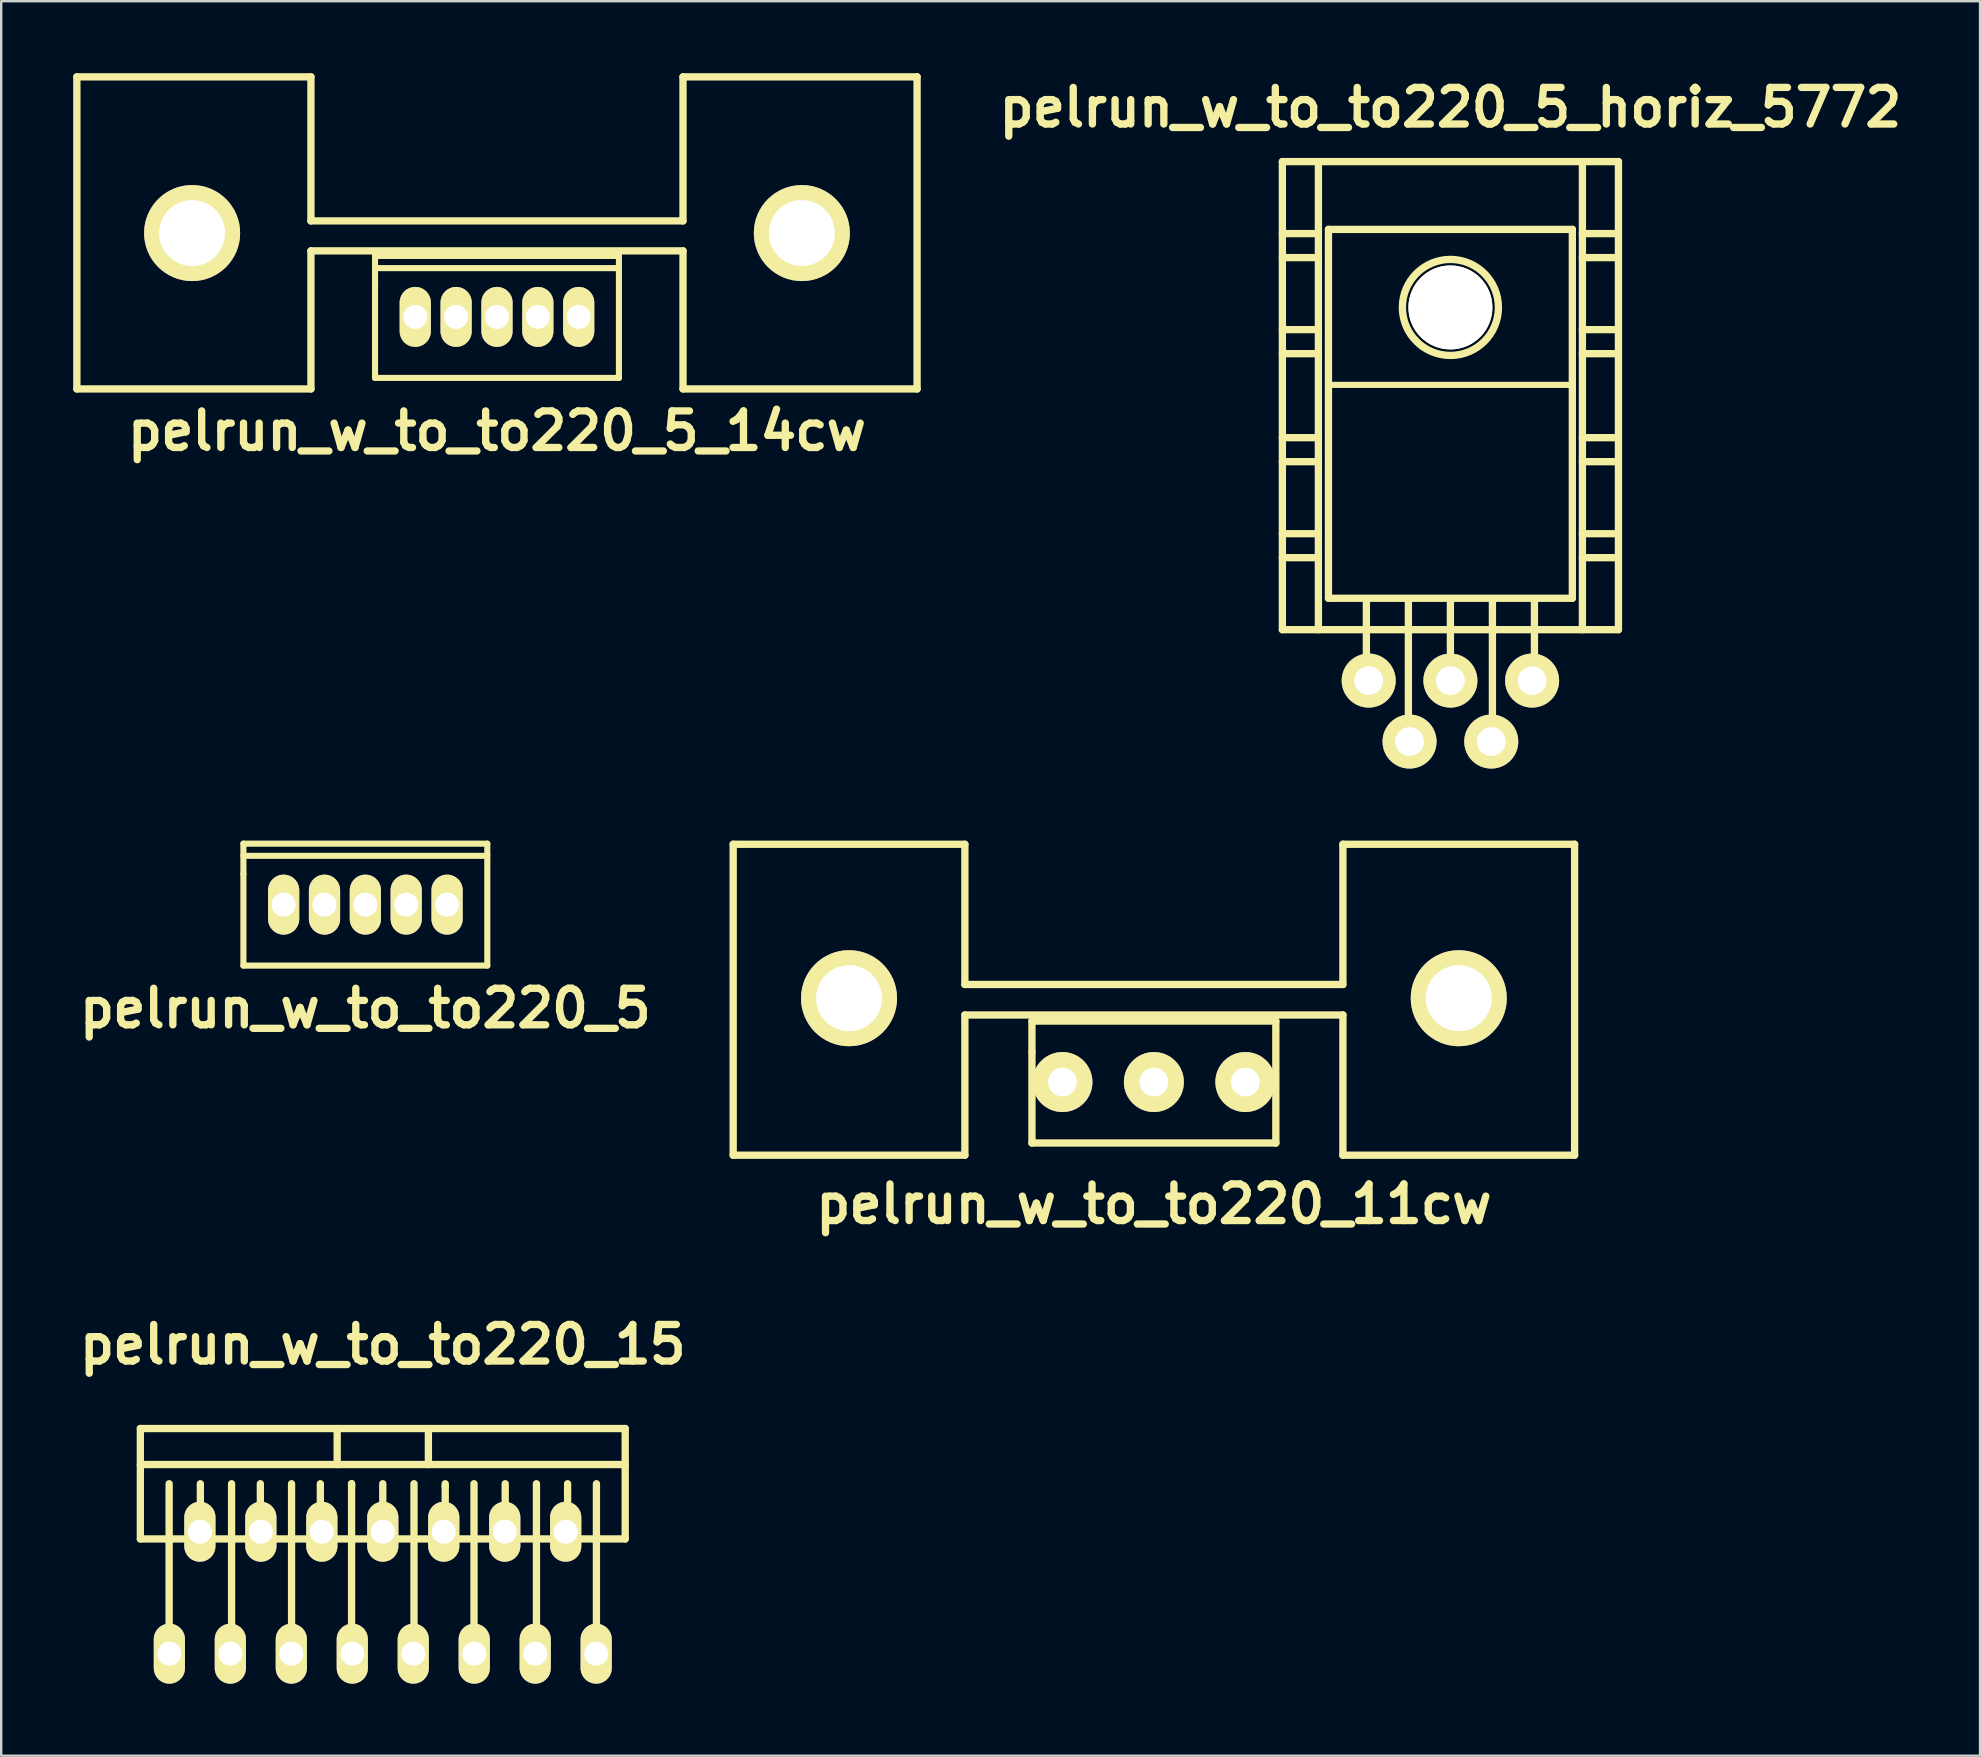
<source format=kicad_pcb>
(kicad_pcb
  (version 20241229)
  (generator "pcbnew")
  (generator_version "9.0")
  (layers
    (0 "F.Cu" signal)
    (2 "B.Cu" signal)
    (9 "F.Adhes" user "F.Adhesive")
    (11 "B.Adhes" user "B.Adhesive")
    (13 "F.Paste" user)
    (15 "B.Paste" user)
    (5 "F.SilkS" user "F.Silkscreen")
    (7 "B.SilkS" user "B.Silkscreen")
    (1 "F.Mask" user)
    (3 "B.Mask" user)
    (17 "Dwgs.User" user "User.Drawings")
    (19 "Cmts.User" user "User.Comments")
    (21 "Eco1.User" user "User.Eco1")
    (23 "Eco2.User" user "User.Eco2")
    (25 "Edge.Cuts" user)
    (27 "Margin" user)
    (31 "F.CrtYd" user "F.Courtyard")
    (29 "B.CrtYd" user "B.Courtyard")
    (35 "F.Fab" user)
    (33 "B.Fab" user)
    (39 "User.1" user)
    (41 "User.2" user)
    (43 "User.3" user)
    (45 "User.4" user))
  (footprint "pelrun_w_to_to220_11cw"
    (layer "F.Cu")
    (at 45.019 42.026)
    (property "Reference" "pelrun_w_to_to220_11cw" (at 0 5.08 0) (layer "F.SilkS") (effects (font (size 1.524 1.524) (thickness 0.305))))
    (attr through_hole)
    (fp_line (start -17.526 -9.906) (end -17.526 3.048) (stroke (width 0.305) (type solid)) (layer "F.SilkS"))
    (fp_line (start -17.526 3.048) (end -7.874 3.048) (stroke (width 0.305) (type solid)) (layer "F.SilkS"))
    (fp_line (start -7.874 -9.906) (end -17.526 -9.906) (stroke (width 0.305) (type solid)) (layer "F.SilkS"))
    (fp_line (start -7.874 -9.906) (end -7.874 -4.064) (stroke (width 0.305) (type solid)) (layer "F.SilkS"))
    (fp_line (start -7.874 -2.794) (end -7.874 3.048) (stroke (width 0.305) (type solid)) (layer "F.SilkS"))
    (fp_line (start -7.874 -2.794) (end 7.874 -2.794) (stroke (width 0.305) (type solid)) (layer "F.SilkS"))
    (fp_line (start -5.08 -2.54) (end -5.08 -1.27) (stroke (width 0.305) (type solid)) (layer "F.SilkS"))
    (fp_line (start -5.08 -1.27) (end -5.08 2.54) (stroke (width 0.305) (type solid)) (layer "F.SilkS"))
    (fp_line (start -5.08 2.54) (end 5.08 2.54) (stroke (width 0.305) (type solid)) (layer "F.SilkS"))
    (fp_line (start 5.08 -2.54) (end -5.08 -2.54) (stroke (width 0.305) (type solid)) (layer "F.SilkS"))
    (fp_line (start 5.08 2.54) (end 5.08 -2.54) (stroke (width 0.305) (type solid)) (layer "F.SilkS"))
    (fp_line (start 7.874 -9.906) (end 7.874 -4.064) (stroke (width 0.305) (type solid)) (layer "F.SilkS"))
    (fp_line (start 7.874 -4.064) (end -7.874 -4.064) (stroke (width 0.305) (type solid)) (layer "F.SilkS"))
    (fp_line (start 7.874 3.048) (end 7.874 -2.794) (stroke (width 0.305) (type solid)) (layer "F.SilkS"))
    (fp_line (start 7.874 3.048) (end 17.526 3.048) (stroke (width 0.305) (type solid)) (layer "F.SilkS"))
    (fp_line (start 17.526 -9.906) (end 7.874 -9.906) (stroke (width 0.305) (type solid)) (layer "F.SilkS"))
    (fp_line (start 17.526 -9.906) (end 17.526 3.048) (stroke (width 0.305) (type solid)) (layer "F.SilkS"))
    (pad "" thru_hole circle (at -12.7 -3.493) (size 4 4) (drill 2.748) (layers "*.Cu" "*.Mask" "F.SilkS"))
    (pad "" thru_hole circle (at 12.7 -3.493) (size 4 4) (drill 2.748) (layers "*.Cu" "*.Mask" "F.SilkS"))
    (pad "1" thru_hole circle (at 3.81 0) (size 2.499 2.499) (drill 1.199) (layers "*.Cu" "*.Mask" "F.SilkS"))
    (pad "2" thru_hole circle (at 0 0) (size 2.499 2.499) (drill 1.199) (layers "*.Cu" "*.Mask" "F.SilkS"))
    (pad "3" thru_hole circle (at -3.81 0) (size 2.499 2.499) (drill 1.199) (layers "*.Cu" "*.Mask" "F.SilkS")))
  (footprint "pelrun_w_to_to220_5_14cw"
    (layer "F.Cu")
    (at 17.653 10.152)
    (property "Reference" "pelrun_w_to_to220_5_14cw" (at 0 4.75 0) (layer "F.SilkS") (effects (font (size 1.524 1.524) (thickness 0.305))))
    (attr through_hole)
    (fp_line (start -17.501 -10) (end -17.501 3) (stroke (width 0.305) (type solid)) (layer "F.SilkS"))
    (fp_line (start -17.501 3) (end -7.75 3) (stroke (width 0.305) (type solid)) (layer "F.SilkS"))
    (fp_line (start -7.75 -10) (end -17.501 -10) (stroke (width 0.305) (type solid)) (layer "F.SilkS"))
    (fp_line (start -7.75 -4) (end -7.75 -10) (stroke (width 0.305) (type solid)) (layer "F.SilkS"))
    (fp_line (start -7.75 -2.751) (end 7.75 -2.751) (stroke (width 0.305) (type solid)) (layer "F.SilkS"))
    (fp_line (start -7.75 3) (end -7.75 -2.751) (stroke (width 0.305) (type solid)) (layer "F.SilkS"))
    (fp_line (start -5.08 -2.54) (end -5.08 -1.27) (stroke (width 0.254) (type solid)) (layer "F.SilkS"))
    (fp_line (start -5.08 -2.032) (end 5.08 -2.032) (stroke (width 0.254) (type solid)) (layer "F.SilkS"))
    (fp_line (start -5.08 -1.27) (end -5.08 2.54) (stroke (width 0.254) (type solid)) (layer "F.SilkS"))
    (fp_line (start -5.08 2.54) (end 5.08 2.54) (stroke (width 0.254) (type solid)) (layer "F.SilkS"))
    (fp_line (start 5.08 -2.54) (end -5.08 -2.54) (stroke (width 0.254) (type solid)) (layer "F.SilkS"))
    (fp_line (start 5.08 2.54) (end 5.08 -2.54) (stroke (width 0.254) (type solid)) (layer "F.SilkS"))
    (fp_line (start 7.75 -10) (end 7.75 -4) (stroke (width 0.305) (type solid)) (layer "F.SilkS"))
    (fp_line (start 7.75 -4) (end -7.75 -4) (stroke (width 0.305) (type solid)) (layer "F.SilkS"))
    (fp_line (start 7.75 -2.751) (end 7.75 3) (stroke (width 0.305) (type solid)) (layer "F.SilkS"))
    (fp_line (start 7.75 3) (end 17.501 3) (stroke (width 0.305) (type solid)) (layer "F.SilkS"))
    (fp_line (start 17.501 -10) (end 7.75 -10) (stroke (width 0.305) (type solid)) (layer "F.SilkS"))
    (fp_line (start 17.501 3) (end 17.501 -10) (stroke (width 0.305) (type solid)) (layer "F.SilkS"))
    (pad "" thru_hole circle (at -12.7 -3.493) (size 4 4) (drill 2.748) (layers "*.Cu" "*.Mask" "F.SilkS"))
    (pad "" thru_hole circle (at 12.7 -3.493) (size 4 4) (drill 2.748) (layers "*.Cu" "*.Mask" "F.SilkS"))
    (pad "1" thru_hole oval (at 3.404 0) (size 1.3 2.499) (drill 1.001) (layers "*.Cu" "*.Mask" "F.SilkS"))
    (pad "2" thru_hole oval (at 1.702 0) (size 1.3 2.499) (drill 1.001) (layers "*.Cu" "*.Mask" "F.SilkS"))
    (pad "3" thru_hole oval (at 0 0) (size 1.3 2.499) (drill 1.001) (layers "*.Cu" "*.Mask" "F.SilkS"))
    (pad "4" thru_hole oval (at -1.702 0) (size 1.3 2.499) (drill 1.001) (layers "*.Cu" "*.Mask" "F.SilkS"))
    (pad "5" thru_hole oval (at -3.404 0) (size 1.3 2.499) (drill 1.001) (layers "*.Cu" "*.Mask" "F.SilkS")))
  (footprint "pelrun_w_to_to220_15"
    (layer "F.Cu")
    (at 12.896 60.759)
    (property "Reference" "pelrun_w_to_to220_15" (at 0 -7.8 0) (layer "F.SilkS") (effects (font (size 1.524 1.524) (thickness 0.305))))
    (attr through_hole)
    (fp_line (start -10.099 -4.3) (end -10.099 0.3) (stroke (width 0.305) (type solid)) (layer "F.SilkS"))
    (fp_line (start -10.099 0.3) (end 10.099 0.3) (stroke (width 0.305) (type solid)) (layer "F.SilkS"))
    (fp_line (start -8.9 5.1) (end -8.9 -1.999) (stroke (width 0.305) (type solid)) (layer "F.SilkS"))
    (fp_line (start -7.6 0) (end -7.6 -1.999) (stroke (width 0.305) (type solid)) (layer "F.SilkS"))
    (fp_line (start -6.299 5.1) (end -6.299 -1.999) (stroke (width 0.305) (type solid)) (layer "F.SilkS"))
    (fp_line (start -5.1 0) (end -5.1 -1.999) (stroke (width 0.305) (type solid)) (layer "F.SilkS"))
    (fp_line (start -3.8 5.1) (end -3.8 -1.999) (stroke (width 0.305) (type solid)) (layer "F.SilkS"))
    (fp_line (start -2.601 0) (end -2.601 -1.999) (stroke (width 0.305) (type solid)) (layer "F.SilkS"))
    (fp_line (start -1.9 -2.799) (end -1.9 -4.3) (stroke (width 0.305) (type solid)) (layer "F.SilkS"))
    (fp_line (start -1.3 -1.999) (end -1.3 -1.9) (stroke (width 0.305) (type solid)) (layer "F.SilkS"))
    (fp_line (start -1.3 5.1) (end -1.3 -1.999) (stroke (width 0.305) (type solid)) (layer "F.SilkS"))
    (fp_line (start 0 0) (end 0 -1.999) (stroke (width 0.305) (type solid)) (layer "F.SilkS"))
    (fp_line (start 1.3 5.1) (end 1.3 -1.999) (stroke (width 0.305) (type solid)) (layer "F.SilkS"))
    (fp_line (start 1.9 -4.3) (end 1.9 -2.799) (stroke (width 0.305) (type solid)) (layer "F.SilkS"))
    (fp_line (start 2.601 -1.9) (end 2.601 -1.999) (stroke (width 0.305) (type solid)) (layer "F.SilkS"))
    (fp_line (start 2.601 0) (end 2.601 -1.9) (stroke (width 0.305) (type solid)) (layer "F.SilkS"))
    (fp_line (start 3.8 5.1) (end 3.8 -1.999) (stroke (width 0.305) (type solid)) (layer "F.SilkS"))
    (fp_line (start 5.1 0) (end 5.1 -1.999) (stroke (width 0.305) (type solid)) (layer "F.SilkS"))
    (fp_line (start 6.401 5.1) (end 6.401 -1.999) (stroke (width 0.305) (type solid)) (layer "F.SilkS"))
    (fp_line (start 7.699 0) (end 7.699 -1.999) (stroke (width 0.305) (type solid)) (layer "F.SilkS"))
    (fp_line (start 8.9 5.1) (end 8.9 -1.999) (stroke (width 0.305) (type solid)) (layer "F.SilkS"))
    (fp_line (start 10.099 -4.3) (end -10.099 -4.3) (stroke (width 0.305) (type solid)) (layer "F.SilkS"))
    (fp_line (start 10.099 -2.799) (end -10.099 -2.799) (stroke (width 0.305) (type solid)) (layer "F.SilkS"))
    (fp_line (start 10.099 0.3) (end 10.099 -4.3) (stroke (width 0.305) (type solid)) (layer "F.SilkS"))
    (pad "1" thru_hole oval (at -8.89 5.08) (size 1.3 2.499) (drill 1.001) (layers "*.Cu" "*.Mask" "F.SilkS"))
    (pad "2" thru_hole oval (at -7.62 0) (size 1.3 2.499) (drill 1.001) (layers "*.Cu" "*.Mask" "F.SilkS"))
    (pad "3" thru_hole oval (at -6.35 5.08) (size 1.3 2.499) (drill 1.001) (layers "*.Cu" "*.Mask" "F.SilkS"))
    (pad "4" thru_hole oval (at -5.08 0) (size 1.3 2.499) (drill 1.001) (layers "*.Cu" "*.Mask" "F.SilkS"))
    (pad "5" thru_hole oval (at -3.81 5.08) (size 1.3 2.499) (drill 1.001) (layers "*.Cu" "*.Mask" "F.SilkS"))
    (pad "6" thru_hole oval (at -2.54 0) (size 1.3 2.499) (drill 1.001) (layers "*.Cu" "*.Mask" "F.SilkS"))
    (pad "7" thru_hole oval (at -1.27 5.08) (size 1.3 2.499) (drill 1.001) (layers "*.Cu" "*.Mask" "F.SilkS"))
    (pad "8" thru_hole oval (at 0 0) (size 1.3 2.499) (drill 1.001) (layers "*.Cu" "*.Mask" "F.SilkS"))
    (pad "9" thru_hole oval (at 1.27 5.08) (size 1.3 2.499) (drill 1.001) (layers "*.Cu" "*.Mask" "F.SilkS"))
    (pad "10" thru_hole oval (at 2.54 0) (size 1.3 2.499) (drill 1.001) (layers "*.Cu" "*.Mask" "F.SilkS"))
    (pad "11" thru_hole oval (at 3.81 5.08) (size 1.3 2.499) (drill 1.001) (layers "*.Cu" "*.Mask" "F.SilkS"))
    (pad "12" thru_hole oval (at 5.08 0) (size 1.3 2.499) (drill 1.001) (layers "*.Cu" "*.Mask" "F.SilkS"))
    (pad "13" thru_hole oval (at 6.35 5.08) (size 1.3 2.499) (drill 1.001) (layers "*.Cu" "*.Mask" "F.SilkS"))
    (pad "14" thru_hole oval (at 7.62 0) (size 1.3 2.499) (drill 1.001) (layers "*.Cu" "*.Mask" "F.SilkS"))
    (pad "15" thru_hole oval (at 8.89 5.08) (size 1.3 2.499) (drill 1.001) (layers "*.Cu" "*.Mask" "F.SilkS")))
  (footprint "pelrun_w_to_to220_5"
    (layer "F.Cu")
    (at 12.17 34.635)
    (property "Reference" "pelrun_w_to_to220_5" (at 0 4.318 0) (layer "F.SilkS") (effects (font (size 1.524 1.524) (thickness 0.305))))
    (attr through_hole)
    (fp_line (start -5.08 -2.54) (end -5.08 -1.27) (stroke (width 0.254) (type solid)) (layer "F.SilkS"))
    (fp_line (start -5.08 -2.032) (end 5.08 -2.032) (stroke (width 0.254) (type solid)) (layer "F.SilkS"))
    (fp_line (start -5.08 -1.27) (end -5.08 2.54) (stroke (width 0.254) (type solid)) (layer "F.SilkS"))
    (fp_line (start -5.08 2.54) (end 5.08 2.54) (stroke (width 0.254) (type solid)) (layer "F.SilkS"))
    (fp_line (start 5.08 -2.54) (end -5.08 -2.54) (stroke (width 0.254) (type solid)) (layer "F.SilkS"))
    (fp_line (start 5.08 2.54) (end 5.08 -2.54) (stroke (width 0.254) (type solid)) (layer "F.SilkS"))
    (pad "1" thru_hole oval (at 3.404 0) (size 1.3 2.499) (drill 1.001) (layers "*.Cu" "*.Mask" "F.SilkS"))
    (pad "2" thru_hole oval (at 1.702 0) (size 1.3 2.499) (drill 1.001) (layers "*.Cu" "*.Mask" "F.SilkS"))
    (pad "3" thru_hole oval (at 0 0) (size 1.3 2.499) (drill 1.001) (layers "*.Cu" "*.Mask" "F.SilkS"))
    (pad "4" thru_hole oval (at -1.702 0) (size 1.3 2.499) (drill 1.001) (layers "*.Cu" "*.Mask" "F.SilkS"))
    (pad "5" thru_hole oval (at -3.404 0) (size 1.3 2.499) (drill 1.001) (layers "*.Cu" "*.Mask" "F.SilkS")))
  (footprint "pelrun_w_to_to220_5_horiz_5772"
    (layer "F.Cu")
    (at 57.371 17.682)
    (property "Reference" "pelrun_w_to_to220_5_horiz_5772" (at 0 -16.256 0) (layer "F.SilkS") (effects (font (size 1.524 1.524) (thickness 0.305))))
    (attr through_hole)
    (fp_line (start -7 -14) (end -7 5.499) (stroke (width 0.305) (type solid)) (layer "F.SilkS"))
    (fp_line (start -7 -11.001) (end -5.499 -11.001) (stroke (width 0.305) (type solid)) (layer "F.SilkS"))
    (fp_line (start -7 -10) (end -5.499 -10) (stroke (width 0.305) (type solid)) (layer "F.SilkS"))
    (fp_line (start -7 -7) (end -5.499 -7) (stroke (width 0.305) (type solid)) (layer "F.SilkS"))
    (fp_line (start -7 -5.999) (end -5.499 -5.999) (stroke (width 0.305) (type solid)) (layer "F.SilkS"))
    (fp_line (start -7 -2.499) (end -5.499 -2.499) (stroke (width 0.305) (type solid)) (layer "F.SilkS"))
    (fp_line (start -7 -1.501) (end -5.499 -1.501) (stroke (width 0.305) (type solid)) (layer "F.SilkS"))
    (fp_line (start -7 1.501) (end -5.499 1.501) (stroke (width 0.305) (type solid)) (layer "F.SilkS"))
    (fp_line (start -7 2.499) (end -5.499 2.499) (stroke (width 0.305) (type solid)) (layer "F.SilkS"))
    (fp_line (start -7 5.499) (end 7 5.499) (stroke (width 0.305) (type solid)) (layer "F.SilkS"))
    (fp_line (start -5.499 5.499) (end -5.499 -14) (stroke (width 0.305) (type solid)) (layer "F.SilkS"))
    (fp_line (start -5.08 -11.176) (end -5.08 4.191) (stroke (width 0.305) (type solid)) (layer "F.SilkS"))
    (fp_line (start -5.08 4.191) (end 5.08 4.191) (stroke (width 0.305) (type solid)) (layer "F.SilkS"))
    (fp_line (start -3.5 7.75) (end -3.5 4.249) (stroke (width 0.305) (type solid)) (layer "F.SilkS"))
    (fp_line (start -1.75 10.249) (end -1.75 4.249) (stroke (width 0.305) (type solid)) (layer "F.SilkS"))
    (fp_line (start 0 7.75) (end 0 4.249) (stroke (width 0.305) (type solid)) (layer "F.SilkS"))
    (fp_line (start 1.75 10.249) (end 1.75 4.249) (stroke (width 0.305) (type solid)) (layer "F.SilkS"))
    (fp_line (start 3.5 7.75) (end 3.5 4.249) (stroke (width 0.305) (type solid)) (layer "F.SilkS"))
    (fp_line (start 5.08 -11.176) (end -5.08 -11.176) (stroke (width 0.305) (type solid)) (layer "F.SilkS"))
    (fp_line (start 5.08 -4.699) (end -5.08 -4.699) (stroke (width 0.254) (type solid)) (layer "F.SilkS"))
    (fp_line (start 5.08 4.191) (end 5.08 -11.176) (stroke (width 0.305) (type solid)) (layer "F.SilkS"))
    (fp_line (start 5.499 -14) (end 5.499 5.499) (stroke (width 0.305) (type solid)) (layer "F.SilkS"))
    (fp_line (start 5.499 -11.001) (end 7 -11.001) (stroke (width 0.305) (type solid)) (layer "F.SilkS"))
    (fp_line (start 5.499 -10) (end 7 -10) (stroke (width 0.305) (type solid)) (layer "F.SilkS"))
    (fp_line (start 5.499 -7) (end 7 -7) (stroke (width 0.305) (type solid)) (layer "F.SilkS"))
    (fp_line (start 5.499 -5.999) (end 7 -5.999) (stroke (width 0.305) (type solid)) (layer "F.SilkS"))
    (fp_line (start 5.499 -2.499) (end 7 -2.499) (stroke (width 0.305) (type solid)) (layer "F.SilkS"))
    (fp_line (start 5.499 -1.501) (end 7 -1.501) (stroke (width 0.305) (type solid)) (layer "F.SilkS"))
    (fp_line (start 5.499 1.501) (end 7 1.501) (stroke (width 0.305) (type solid)) (layer "F.SilkS"))
    (fp_line (start 5.499 2.499) (end 7 2.499) (stroke (width 0.305) (type solid)) (layer "F.SilkS"))
    (fp_line (start 7 -14) (end -7 -14) (stroke (width 0.305) (type solid)) (layer "F.SilkS"))
    (fp_line (start 7 5.499) (end 7 -14) (stroke (width 0.305) (type solid)) (layer "F.SilkS"))
    (fp_circle (center 0 -7.925) (end -1.999 -8.001) (stroke (width 0.305) (type solid)) (fill no) (layer "F.SilkS"))
    (pad "" np_thru_hole circle (at 0 -7.925) (size 3.498 3.498) (drill 3.498) (layers "*.Cu" "*.Mask" "F.SilkS"))
    (pad "1" thru_hole circle (at 3.404 7.62) (size 2.25 2.25) (drill 1.199) (layers "*.Cu" "*.Mask" "F.SilkS"))
    (pad "2" thru_hole circle (at 1.702 10.16) (size 2.25 2.25) (drill 1.199) (layers "*.Cu" "*.Mask" "F.SilkS"))
    (pad "3" thru_hole circle (at 0 7.62) (size 2.25 2.25) (drill 1.199) (layers "*.Cu" "*.Mask" "F.SilkS"))
    (pad "4" thru_hole circle (at -1.702 10.16) (size 2.25 2.25) (drill 1.199) (layers "*.Cu" "*.Mask" "F.SilkS"))
    (pad "5" thru_hole circle (at -3.404 7.62) (size 2.25 2.25) (drill 1.199) (layers "*.Cu" "*.Mask" "F.SilkS")))
  (gr_rect
    (start -3 -3)
    (end 79.435 70.089)
    (stroke (width 0.1) (type default))
    (fill no)
    (layer "Edge.Cuts")))
</source>
